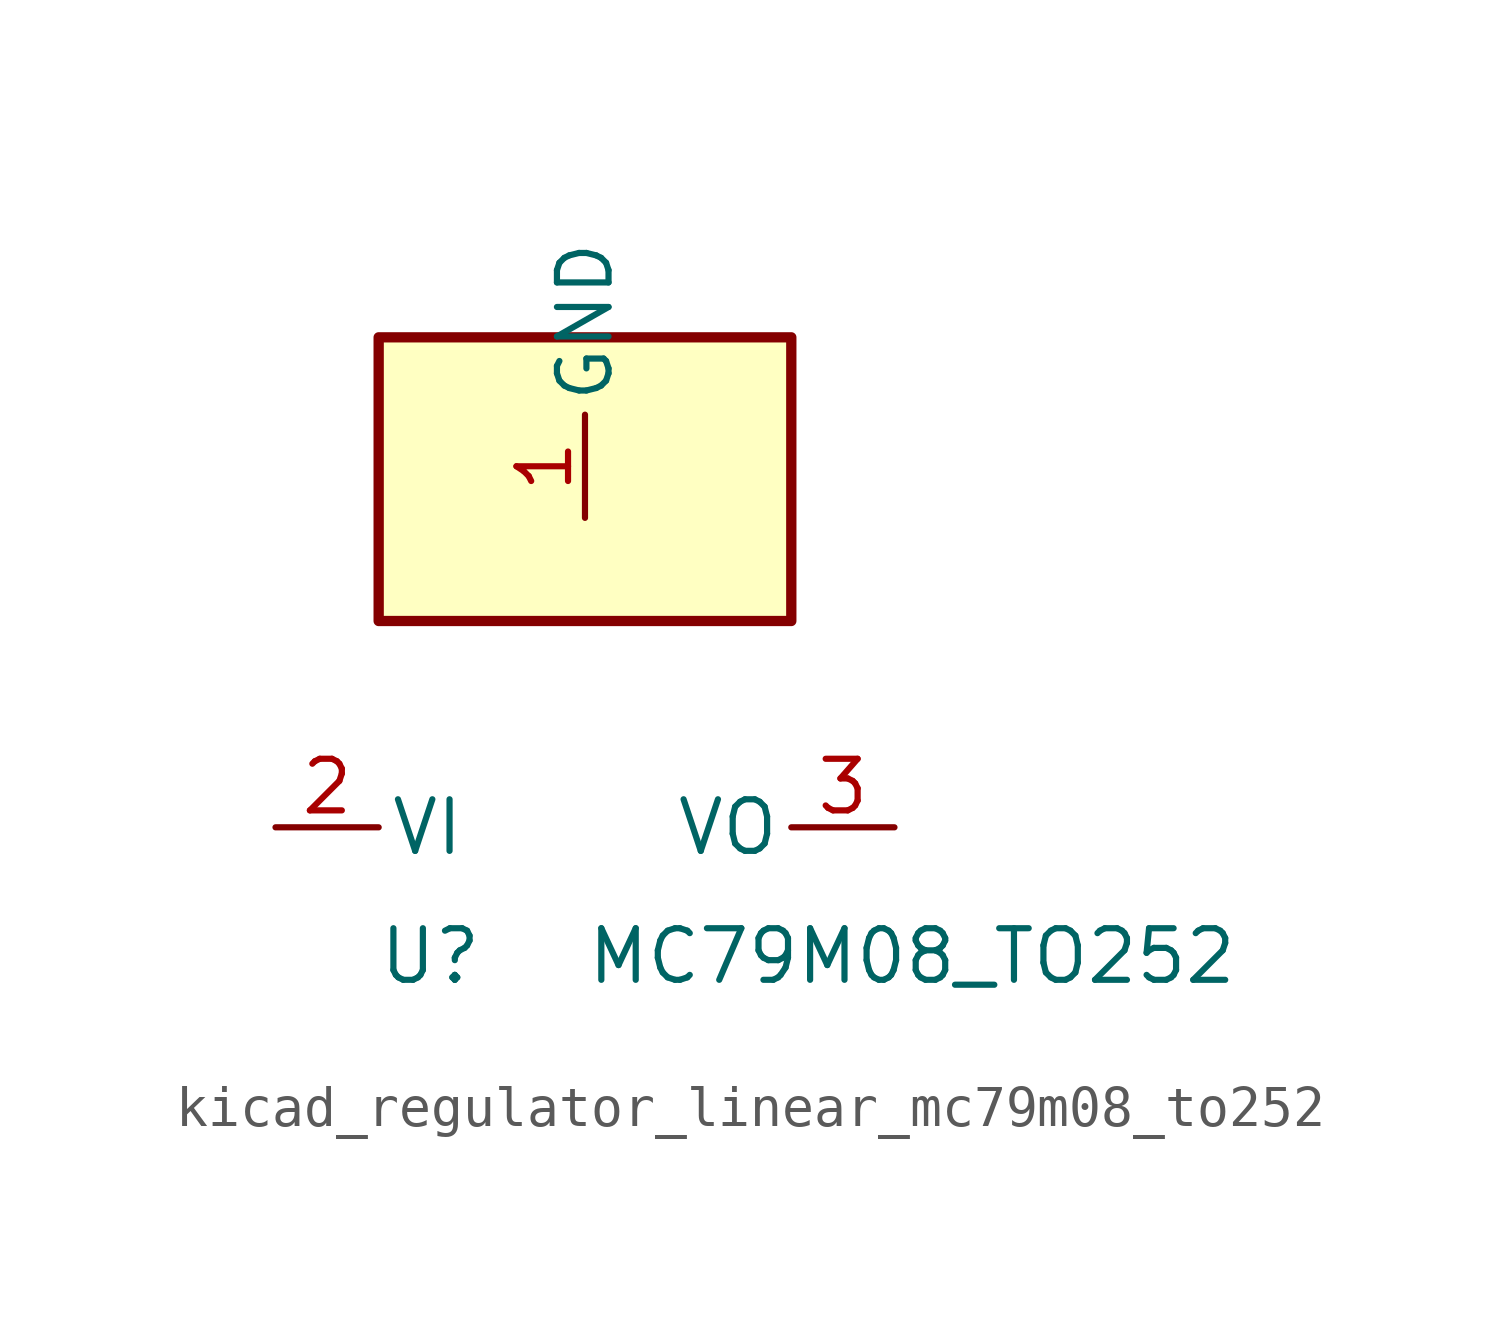
<source format=kicad_sym>
(kicad_symbol_lib
  (version 20220914)
  (generator kicad_symbol_editor)
  (symbol "kicad_regulator_linear_mc79m08_to252"
    (pin_names
      (offset 0.254))
    (property "Reference" "U"
      (at -3.81 -3.175 0)
      (effects (font (size 1.27 1.27))))
    (property "Value" "MC79M08_TO252"
      (at 0 -3.175 0)
      (effects (font (size 1.27 1.27)) (justify left)))
    (symbol "kicad_regulator_linear_mc79m08_to252_0_1"
      (rectangle (start 5.08 12.065) (end -5.08 5.08) (stroke (width 0.254) (type default)) (fill (type background))))
    (symbol "kicad_regulator_linear_mc79m08_to252_1_1"
      (pin power_in line (at 0 7.62 90) (length 2.54) (name "GND" (effects (font (size 1.27 1.27)))) (number "1" (effects (font (size 1.27 1.27)))))
      (pin power_in line (at -7.62 0 0) (length 2.54) (name "VI" (effects (font (size 1.27 1.27)))) (number "2" (effects (font (size 1.27 1.27)))))
      (pin power_out line (at 7.62 0 180) (length 2.54) (name "VO" (effects (font (size 1.27 1.27)))) (number "3" (effects (font (size 1.27 1.27))))))))
</source>
